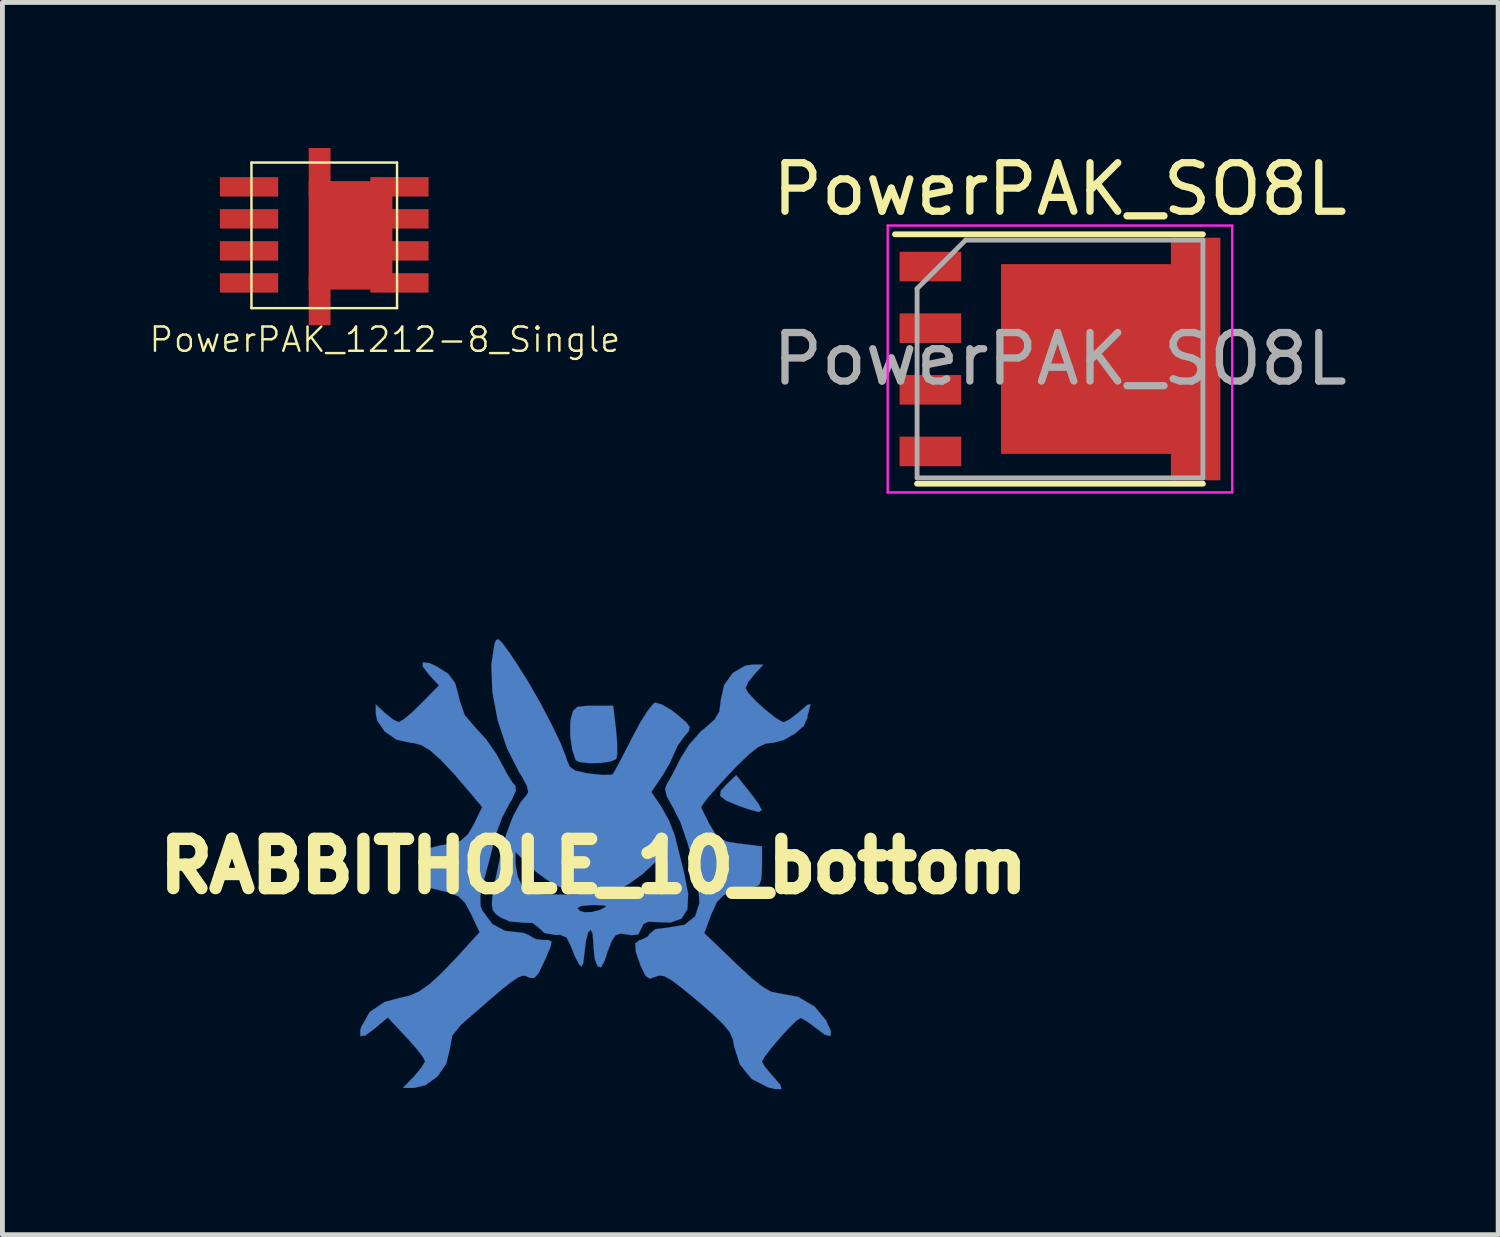
<source format=kicad_pcb>
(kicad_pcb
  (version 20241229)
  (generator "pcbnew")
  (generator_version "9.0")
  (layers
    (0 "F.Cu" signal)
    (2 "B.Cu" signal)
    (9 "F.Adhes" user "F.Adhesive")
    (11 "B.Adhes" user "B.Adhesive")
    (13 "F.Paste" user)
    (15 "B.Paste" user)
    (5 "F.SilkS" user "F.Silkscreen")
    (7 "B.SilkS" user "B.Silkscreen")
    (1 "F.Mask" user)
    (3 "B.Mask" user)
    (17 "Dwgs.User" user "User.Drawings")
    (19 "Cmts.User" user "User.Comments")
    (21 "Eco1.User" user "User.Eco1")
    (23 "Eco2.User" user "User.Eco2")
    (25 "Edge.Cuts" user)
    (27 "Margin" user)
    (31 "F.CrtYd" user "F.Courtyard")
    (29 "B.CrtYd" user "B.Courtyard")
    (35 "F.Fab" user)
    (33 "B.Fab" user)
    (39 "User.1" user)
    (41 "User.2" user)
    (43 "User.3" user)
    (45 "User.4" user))
  (footprint "PowerPAK_1212-8_Single"
    (layer "F.Cu")
    (at 2.182 0.8)
    (property "Reference" "PowerPAK_1212-8_Single" (at 2.7 3.15 0) (layer "F.SilkS") (effects (font (size 0.5 0.5) (thickness 0.05))))
    (attr through_hole)
    (fp_line (start -0.05 -0.5) (end 2.95 -0.5) (stroke (width 0.05) (type solid)) (layer "F.SilkS"))
    (fp_line (start -0.05 2.5) (end -0.05 -0.5) (stroke (width 0.05) (type solid)) (layer "F.SilkS"))
    (fp_line (start 2.95 -0.5) (end 2.95 2.5) (stroke (width 0.05) (type solid)) (layer "F.SilkS"))
    (fp_line (start 2.95 2.5) (end -0.05 2.5) (stroke (width 0.05) (type solid)) (layer "F.SilkS"))
    (pad "1" smd rect (at -0.1 1.98) (size 1.2 0.4) (layers "F.Cu" "F.Mask" "F.Paste"))
    (pad "2" smd rect (at -0.1 0) (size 1.2 0.4) (layers "F.Cu" "F.Mask" "F.Paste"))
    (pad "2" smd rect (at -0.1 0.66) (size 1.2 0.4) (layers "F.Cu" "F.Mask" "F.Paste"))
    (pad "2" smd rect (at -0.1 1.32) (size 1.2 0.4) (layers "F.Cu" "F.Mask" "F.Paste"))
    (pad "3" smd rect (at 1.355 -0.3) (size 0.45 1) (layers "F.Cu" "F.Mask" "F.Paste"))
    (pad "3" smd rect (at 1.355 2.35) (size 0.45 1) (layers "F.Cu" "F.Mask" "F.Paste"))
    (pad "3" smd rect (at 1.992 1) (size 1.725 2.235) (layers "F.Cu" "F.Mask" "F.Paste"))
    (pad "3" smd rect (at 3 0) (size 1.2 0.4) (layers "F.Cu" "F.Mask" "F.Paste"))
    (pad "3" smd rect (at 3 0.66) (size 1.2 0.4) (layers "F.Cu" "F.Mask" "F.Paste"))
    (pad "3" smd rect (at 3 1.32) (size 1.2 0.4) (layers "F.Cu" "F.Mask" "F.Paste"))
    (pad "3" smd rect (at 3 1.98) (size 1.2 0.4) (layers "F.Cu" "F.Mask" "F.Paste")))
  (footprint "RABBITHOLE_10_bottom"
    (layer "F.Cu")
    (at 9.181 14.796)
    (property "Reference" "RABBITHOLE_10_bottom" (at 0 0 0) (layer "F.SilkS") (effects (font (size 1.016 1.016) (thickness 0.305))))
    (attr through_hole)
    (fp_poly (pts (xy 3.467 -1.151) (xy 3.409 -1.113) (xy 3.211 -1.163) (xy 3.007 -1.234) (xy 2.736 -1.346) (xy 2.611 -1.443) (xy 2.621 -1.547) (xy 2.741 -1.681) (xy 2.941 -1.872) (xy 3.208 -1.537) (xy 3.399 -1.285) (xy 3.467 -1.151)) (stroke (width 0.003) (type solid)) (fill yes) (layer "B.Cu"))
    (fp_poly (pts (xy 0.488 -2.296) (xy 0.47 -2.205) (xy 0.358 -2.154) (xy 0.152 -2.123) (xy -0.084 -2.118) (xy -0.279 -2.139) (xy -0.366 -2.179) (xy -0.439 -2.393) (xy -0.48 -2.687) (xy -0.478 -2.967) (xy -0.465 -3.048) (xy -0.419 -3.2) (xy -0.333 -3.277) (xy -0.157 -3.299) (xy 0 -3.302) (xy 0.406 -3.302) (xy 0.465 -2.799) (xy 0.488 -2.515) (xy 0.488 -2.296)) (stroke (width 0.003) (type solid)) (fill yes) (layer "B.Cu"))
    (fp_poly (pts (xy -0.866 1.557) (xy -0.881 1.654) (xy -0.965 1.854) (xy -1.021 1.981) (xy -1.133 2.21) (xy -1.219 2.309) (xy -1.313 2.306) (xy -1.349 2.289) (xy -1.407 2.263) (xy -1.468 2.261) (xy -1.554 2.296) (xy -1.684 2.383) (xy -1.875 2.532) (xy -2.144 2.761) (xy -2.512 3.081) (xy -2.731 3.272) (xy -2.911 3.495) (xy -2.962 3.772) (xy -2.962 3.774) (xy -3.033 4.072) (xy -3.213 4.336) (xy -3.462 4.516) (xy -3.693 4.572) (xy -3.927 4.572) (xy -3.698 4.336) (xy -3.553 4.163) (xy -3.475 4.036) (xy -3.472 4.018) (xy -3.528 3.919) (xy -3.67 3.739) (xy -3.856 3.531) (xy -4.239 3.122) (xy -4.501 3.343) (xy -4.702 3.493) (xy -4.803 3.508) (xy -4.808 3.393) (xy -4.788 3.32) (xy -4.61 3.007) (xy -4.305 2.802) (xy -3.998 2.72) (xy -3.79 2.672) (xy -3.594 2.586) (xy -3.386 2.441) (xy -3.139 2.215) (xy -2.83 1.895) (xy -2.55 1.587) (xy -2.347 1.364) (xy -2.525 0.988) (xy -2.649 0.757) (xy -2.784 0.625) (xy -2.997 0.544) (xy -3.129 0.511) (xy -3.556 0.406) (xy -3.556 0.041) (xy -3.548 -0.165) (xy -3.505 -0.292) (xy -3.386 -0.368) (xy -3.157 -0.424) (xy -2.949 -0.46) (xy -2.733 -0.523) (xy -2.586 -0.655) (xy -2.466 -0.861) (xy -2.294 -1.212) (xy -2.512 -1.473) (xy -2.87 -1.892) (xy -3.15 -2.189) (xy -3.371 -2.385) (xy -3.556 -2.494) (xy -3.724 -2.537) (xy -3.774 -2.54) (xy -4.059 -2.603) (xy -4.303 -2.771) (xy -4.458 -2.997) (xy -4.486 -3.142) (xy -4.488 -3.33) (xy -4.29 -3.147) (xy -4.13 -3.018) (xy -4.013 -2.964) (xy -3.914 -3.02) (xy -3.739 -3.165) (xy -3.556 -3.343) (xy -3.185 -3.721) (xy -3.383 -3.934) (xy -3.52 -4.112) (xy -3.515 -4.199) (xy -3.381 -4.181) (xy -3.241 -4.117) (xy -2.992 -3.96) (xy -2.852 -3.769) (xy -2.774 -3.485) (xy -2.766 -3.432) (xy -2.654 -3.109) (xy -2.421 -2.837) (xy -2.212 -2.609) (xy -2.004 -2.309) (xy -1.913 -2.144) (xy -1.781 -1.895) (xy -1.666 -1.714) (xy -1.61 -1.654) (xy -1.6 -1.554) (xy -1.684 -1.364) (xy -1.732 -1.288) (xy -1.88 -1.006) (xy -2.007 -0.671) (xy -2.04 -0.549) (xy -2.126 -0.198) (xy -2.228 0.183) (xy -2.263 0.307) (xy -2.332 0.615) (xy -2.329 0.818) (xy -2.294 0.914) (xy -2.083 1.199) (xy -1.824 1.336) (xy -1.648 1.356) (xy -1.44 1.379) (xy -1.316 1.433) (xy -1.311 1.44) (xy -1.196 1.506) (xy -1.054 1.524) (xy -0.922 1.527) (xy -0.866 1.557)) (stroke (width 0.003) (type solid)) (fill yes) (layer "B.Cu"))
    (fp_poly (pts (xy 4.892 3.406) (xy 4.882 3.508) (xy 4.768 3.477) (xy 4.592 3.348) (xy 4.412 3.211) (xy 4.282 3.137) (xy 4.265 3.134) (xy 4.176 3.193) (xy 4.021 3.345) (xy 3.838 3.546) (xy 3.66 3.757) (xy 3.526 3.932) (xy 3.472 4.034) (xy 3.526 4.13) (xy 3.658 4.29) (xy 3.698 4.333) (xy 3.853 4.514) (xy 3.871 4.597) (xy 3.747 4.597) (xy 3.594 4.562) (xy 3.259 4.389) (xy 3.018 4.092) (xy 2.903 3.734) (xy 2.87 3.566) (xy 2.802 3.419) (xy 2.672 3.259) (xy 2.461 3.056) (xy 2.154 2.789) (xy 1.834 2.525) (xy 1.613 2.357) (xy 1.463 2.273) (xy 1.356 2.256) (xy 1.278 2.283) (xy 1.158 2.324) (xy 1.072 2.263) (xy 0.98 2.075) (xy 0.975 2.068) (xy 0.871 1.768) (xy 0.861 1.593) (xy 0.947 1.527) (xy 0.978 1.524) (xy 1.118 1.455) (xy 1.156 1.397) (xy 1.28 1.3) (xy 1.534 1.27) (xy 1.875 1.212) (xy 2.093 1.039) (xy 2.182 0.767) (xy 2.174 0.607) (xy 2.078 0.058) (xy 1.943 -0.46) (xy 1.791 -0.904) (xy 1.641 -1.199) (xy 1.509 -1.438) (xy 1.476 -1.593) (xy 1.511 -1.687) (xy 1.603 -1.841) (xy 1.725 -2.078) (xy 1.783 -2.2) (xy 1.966 -2.494) (xy 2.207 -2.769) (xy 2.289 -2.835) (xy 2.497 -3.018) (xy 2.593 -3.185) (xy 2.621 -3.404) (xy 2.621 -3.411) (xy 2.692 -3.729) (xy 2.873 -3.98) (xy 3.127 -4.128) (xy 3.272 -4.148) (xy 3.5 -4.148) (xy 3.317 -3.952) (xy 3.188 -3.79) (xy 3.134 -3.668) (xy 3.134 -3.665) (xy 3.193 -3.561) (xy 3.345 -3.399) (xy 3.543 -3.218) (xy 3.739 -3.063) (xy 3.886 -2.972) (xy 3.922 -2.962) (xy 4.036 -3.018) (xy 4.211 -3.15) (xy 4.262 -3.195) (xy 4.417 -3.325) (xy 4.47 -3.335) (xy 4.458 -3.274) (xy 4.412 -3.101) (xy 4.404 -3.038) (xy 4.331 -2.885) (xy 4.153 -2.728) (xy 3.924 -2.598) (xy 3.703 -2.54) (xy 3.683 -2.54) (xy 3.541 -2.52) (xy 3.391 -2.449) (xy 3.205 -2.301) (xy 2.954 -2.06) (xy 2.802 -1.9) (xy 2.553 -1.631) (xy 2.357 -1.407) (xy 2.24 -1.252) (xy 2.22 -1.201) (xy 2.38 -0.879) (xy 2.502 -0.676) (xy 2.614 -0.559) (xy 2.756 -0.5) (xy 2.957 -0.467) (xy 3.02 -0.46) (xy 3.472 -0.404) (xy 3.472 0.01) (xy 3.459 0.267) (xy 3.414 0.394) (xy 3.332 0.424) (xy 3.162 0.447) (xy 2.924 0.505) (xy 2.883 0.518) (xy 2.675 0.605) (xy 2.54 0.747) (xy 2.426 0.998) (xy 2.283 1.384) (xy 2.929 2.004) (xy 3.246 2.301) (xy 3.482 2.489) (xy 3.66 2.591) (xy 3.81 2.624) (xy 3.828 2.626) (xy 4.216 2.697) (xy 4.557 2.898) (xy 4.79 3.178) (xy 4.892 3.406)) (stroke (width 0.003) (type solid)) (fill yes) (layer "B.Cu"))
    (fp_poly (pts (xy 1.984 -2.863) (xy 1.961 -2.774) (xy 1.877 -2.677) (xy 1.732 -2.477) (xy 1.659 -2.314) (xy 1.575 -2.126) (xy 1.438 -1.89) (xy 1.397 -1.826) (xy 1.191 -1.524) (xy 1.4 -1.217) (xy 1.554 -0.94) (xy 1.666 -0.653) (xy 1.681 -0.602) (xy 1.748 -0.33) (xy 1.831 -0.003) (xy 1.864 0.127) (xy 1.951 0.574) (xy 1.935 0.892) (xy 1.814 1.085) (xy 1.585 1.166) (xy 1.524 1.163) (xy 1.524 -0.109) (xy 1.524 -0.366) (xy 1.25 -0.056) (xy 1.001 0.175) (xy 0.719 0.376) (xy 0.635 0.422) (xy 0.297 0.587) (xy 0.734 0.589) (xy 1.013 0.579) (xy 1.189 0.523) (xy 1.323 0.404) (xy 1.349 0.371) (xy 1.476 0.132) (xy 1.524 -0.109) (xy 1.524 1.163) (xy 1.341 1.158) (xy 1.128 1.148) (xy 1.024 1.201) (xy 0.986 1.29) (xy 0.922 1.41) (xy 0.78 1.427) (xy 0.691 1.412) (xy 0.551 1.394) (xy 0.452 1.43) (xy 0.373 1.549) (xy 0.284 1.783) (xy 0.254 1.875) (xy 0.254 0.823) (xy 0.18 0.81) (xy -0.003 0.805) (xy -0.041 0.805) (xy -0.251 0.823) (xy -0.295 0.846) (xy -0.295 0.587) (xy -0.625 0.467) (xy -0.884 0.338) (xy -1.163 0.137) (xy -1.28 0.03) (xy -1.608 -0.287) (xy -1.608 -0.036) (xy -1.562 0.218) (xy -1.476 0.404) (xy -1.377 0.511) (xy -1.234 0.569) (xy -1.003 0.589) (xy -0.82 0.589) (xy -0.295 0.587) (xy -0.295 0.846) (xy -0.335 0.871) (xy -0.277 0.927) (xy -0.191 0.953) (xy -0.043 0.95) (xy 0.13 0.907) (xy 0.244 0.846) (xy 0.254 0.823) (xy 0.254 1.875) (xy 0.221 1.974) (xy 0.152 2.09) (xy 0.081 2.062) (xy 0.025 1.913) (xy 0 1.666) (xy 0 1.631) (xy -0.018 1.394) (xy -0.058 1.313) (xy -0.112 1.372) (xy -0.16 1.56) (xy -0.185 1.778) (xy -0.211 2.002) (xy -0.249 2.075) (xy -0.295 2.032) (xy -0.384 1.862) (xy -0.467 1.651) (xy -0.556 1.473) (xy -0.693 1.417) (xy -0.782 1.422) (xy -1.013 1.382) (xy -1.107 1.29) (xy -1.257 1.173) (xy -1.45 1.168) (xy -1.727 1.143) (xy -1.913 1.062) (xy -2.012 0.991) (xy -2.073 0.914) (xy -2.095 0.798) (xy -2.083 0.615) (xy -2.032 0.333) (xy -1.946 -0.079) (xy -1.928 -0.168) (xy -1.806 -0.632) (xy -1.656 -1.029) (xy -1.496 -1.323) (xy -1.394 -1.44) (xy -1.344 -1.521) (xy -1.372 -1.651) (xy -1.488 -1.864) (xy -1.532 -1.93) (xy -1.788 -2.436) (xy -1.976 -3.007) (xy -2.085 -3.594) (xy -2.106 -4.148) (xy -2.042 -4.567) (xy -2.007 -4.658) (xy -1.956 -4.671) (xy -1.872 -4.587) (xy -1.73 -4.392) (xy -1.593 -4.186) (xy -1.339 -3.785) (xy -1.09 -3.348) (xy -0.864 -2.918) (xy -0.681 -2.537) (xy -0.566 -2.245) (xy -0.549 -2.184) (xy -0.49 -2.045) (xy -0.376 -1.966) (xy -0.152 -1.915) (xy -0.071 -1.902) (xy 0.18 -1.877) (xy 0.353 -1.88) (xy 0.396 -1.892) (xy 0.452 -1.984) (xy 0.564 -2.192) (xy 0.711 -2.479) (xy 0.795 -2.642) (xy 0.96 -2.951) (xy 1.115 -3.198) (xy 1.232 -3.343) (xy 1.27 -3.368) (xy 1.405 -3.33) (xy 1.608 -3.211) (xy 1.72 -3.124) (xy 1.908 -2.962) (xy 1.984 -2.863)) (stroke (width 0.003) (type solid)) (fill yes) (layer "B.Cu")))
  (footprint "PowerPAK_SO8L"
    (layer "F.Cu")
    (at 18.794 4.348)
    (property "Reference" "PowerPAK_SO8L" (at 0 -3.5 0) (layer "F.SilkS") (effects (font (size 1 1) (thickness 0.15))))
    (attr smd)
    (fp_line (start -3.4 -2.57) (end 2.945 -2.57) (stroke (width 0.12) (type solid)) (layer "F.SilkS"))
    (fp_line (start -2.945 2.57) (end 2.945 2.57) (stroke (width 0.12) (type solid)) (layer "F.SilkS"))
    (fp_line (start -3.55 -2.75) (end -3.55 2.75) (stroke (width 0.05) (type solid)) (layer "F.CrtYd"))
    (fp_line (start -3.55 -2.75) (end 3.55 -2.75) (stroke (width 0.05) (type solid)) (layer "F.CrtYd"))
    (fp_line (start -3.55 2.75) (end 3.55 2.75) (stroke (width 0.05) (type solid)) (layer "F.CrtYd"))
    (fp_line (start 3.55 -2.75) (end 3.55 2.75) (stroke (width 0.05) (type solid)) (layer "F.CrtYd"))
    (fp_line (start -2.945 2.45) (end -2.945 -1.45) (stroke (width 0.1) (type solid)) (layer "F.Fab"))
    (fp_line (start -1.945 -2.45) (end -2.945 -1.45) (stroke (width 0.1) (type solid)) (layer "F.Fab"))
    (fp_line (start -1.945 -2.45) (end 2.945 -2.45) (stroke (width 0.1) (type solid)) (layer "F.Fab"))
    (fp_line (start 2.945 -2.45) (end 2.945 2.45) (stroke (width 0.1) (type solid)) (layer "F.Fab"))
    (fp_line (start 2.945 2.45) (end -2.945 2.45) (stroke (width 0.1) (type solid)) (layer "F.Fab"))
    (fp_text user "${REFERENCE}" (at 0 0 0) (layer "F.Fab") (effects (font (size 1 1) (thickness 0.15))))
    (pad "1" smd rect (at -2.67 1.905) (size 1.27 0.61) (layers "F.Cu" "F.Mask" "F.Paste"))
    (pad "2" smd rect (at -2.67 -1.905) (size 1.27 0.61) (layers "F.Cu" "F.Mask" "F.Paste"))
    (pad "2" smd rect (at -2.67 -0.635) (size 1.27 0.61) (layers "F.Cu" "F.Mask" "F.Paste"))
    (pad "2" smd rect (at -2.67 0.635) (size 1.27 0.61) (layers "F.Cu" "F.Mask" "F.Paste"))
    (pad "3" smd rect (at 0.69 0) (size 3.81 3.91) (layers "F.Cu" "F.Mask" "F.Paste"))
    (pad "3" smd rect (at 2.795 0) (size 1.02 5) (layers "F.Cu" "F.Mask" "F.Paste")))
  (gr_rect
    (start -3 -3)
    (end 27.824 22.394)
    (stroke (width 0.1) (type default))
    (fill no)
    (layer "Edge.Cuts")))
</source>
